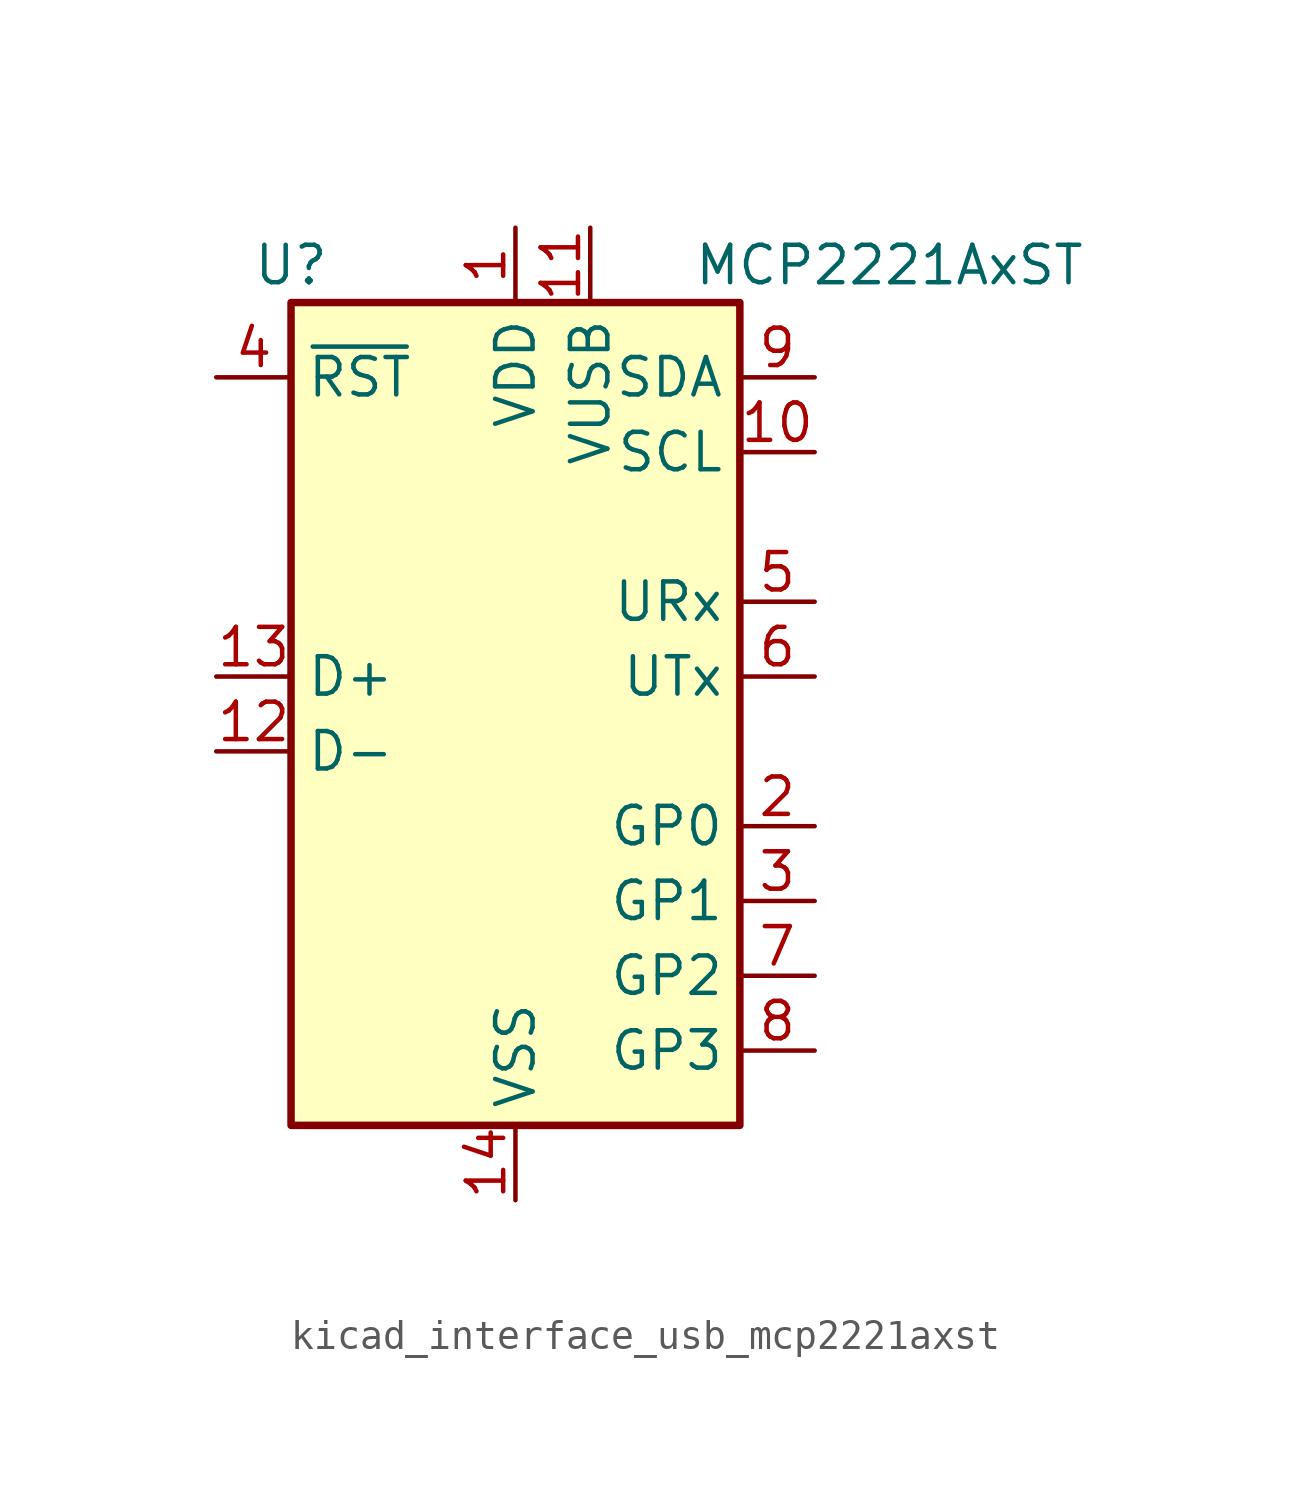
<source format=kicad_sym>
(kicad_symbol_lib
  (version 20220914)
  (generator kicad_symbol_editor)
  (symbol "kicad_interface_usb_mcp2221axst"
    (property "Reference" "U"
      (at -7.62 16.51 0)
      (effects (font (size 1.27 1.27))))
    (property "Value" "MCP2221AxST"
      (at 12.7 16.51 0)
      (effects (font (size 1.27 1.27))))
    (symbol "kicad_interface_usb_mcp2221axst_0_1"
      (rectangle (start -7.62 15.24) (end 7.62 -12.7) (stroke (width 0.254) (type default)) (fill (type background))))
    (symbol "kicad_interface_usb_mcp2221axst_1_1"
      (pin power_in line (at 0 17.78 270) (length 2.54) (name "VDD" (effects (font (size 1.27 1.27)))) (number "1" (effects (font (size 1.27 1.27)))))
      (pin bidirectional line (at 10.16 10.16 180) (length 2.54) (name "SCL" (effects (font (size 1.27 1.27)))) (number "10" (effects (font (size 1.27 1.27)))))
      (pin passive line (at 2.54 17.78 270) (length 2.54) (name "VUSB" (effects (font (size 1.27 1.27)))) (number "11" (effects (font (size 1.27 1.27)))))
      (pin bidirectional line (at -10.16 0 0) (length 2.54) (name "D-" (effects (font (size 1.27 1.27)))) (number "12" (effects (font (size 1.27 1.27)))))
      (pin bidirectional line (at -10.16 2.54 0) (length 2.54) (name "D+" (effects (font (size 1.27 1.27)))) (number "13" (effects (font (size 1.27 1.27)))))
      (pin power_in line (at 0 -15.24 90) (length 2.54) (name "VSS" (effects (font (size 1.27 1.27)))) (number "14" (effects (font (size 1.27 1.27)))))
      (pin bidirectional line (at 10.16 -2.54 180) (length 2.54) (name "GP0" (effects (font (size 1.27 1.27)))) (number "2" (effects (font (size 1.27 1.27)))))
      (pin bidirectional line (at 10.16 -5.08 180) (length 2.54) (name "GP1" (effects (font (size 1.27 1.27)))) (number "3" (effects (font (size 1.27 1.27)))))
      (pin input line (at -10.16 12.7 0) (length 2.54) (name "~{RST}" (effects (font (size 1.27 1.27)))) (number "4" (effects (font (size 1.27 1.27)))))
      (pin input line (at 10.16 5.08 180) (length 2.54) (name "URx" (effects (font (size 1.27 1.27)))) (number "5" (effects (font (size 1.27 1.27)))))
      (pin output line (at 10.16 2.54 180) (length 2.54) (name "UTx" (effects (font (size 1.27 1.27)))) (number "6" (effects (font (size 1.27 1.27)))))
      (pin bidirectional line (at 10.16 -7.62 180) (length 2.54) (name "GP2" (effects (font (size 1.27 1.27)))) (number "7" (effects (font (size 1.27 1.27)))))
      (pin bidirectional line (at 10.16 -10.16 180) (length 2.54) (name "GP3" (effects (font (size 1.27 1.27)))) (number "8" (effects (font (size 1.27 1.27)))))
      (pin bidirectional line (at 10.16 12.7 180) (length 2.54) (name "SDA" (effects (font (size 1.27 1.27)))) (number "9" (effects (font (size 1.27 1.27))))))))
</source>
